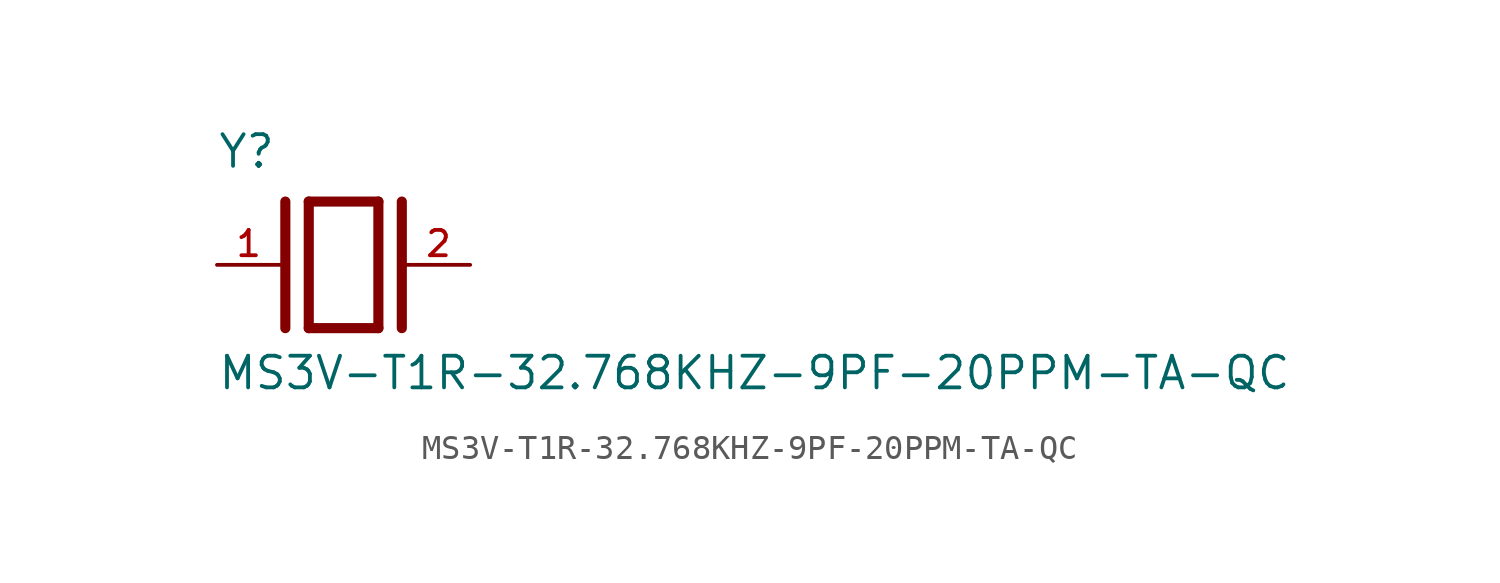
<source format=kicad_sym>
(kicad_symbol_lib
  (version 20211014)
  (generator kicad_symbol_editor)
  (symbol "MS3V-T1R-32.768KHZ-9PF-20PPM-TA-QC"
    (pin_names
      (offset 1.016))
    (property "Reference" "Y"
      (at -5.08 3.81 0)
      (effects (font (size 1.27 1.27)) (justify bottom left)))
    (property "Value" "MS3V-T1R-32.768KHZ-9PF-20PPM-TA-QC"
      (at -5.08 -5.08 0)
      (effects (font (size 1.27 1.27)) (justify bottom left)))
    (symbol "MS3V-T1R-32.768KHZ-9PF-20PPM-TA-QC_0_0"
      (polyline (pts (xy -1.397 2.54) (xy 1.397 2.54)) (stroke (width 0.406)))
      (polyline (pts (xy 1.397 2.54) (xy 1.397 -2.54)) (stroke (width 0.406)))
      (polyline (pts (xy 1.397 -2.54) (xy -1.397 -2.54)) (stroke (width 0.406)))
      (polyline (pts (xy -1.397 2.54) (xy -1.397 -2.54)) (stroke (width 0.406)))
      (polyline (pts (xy 2.337 2.54) (xy 2.337 -2.54)) (stroke (width 0.406)))
      (polyline (pts (xy -2.337 2.54) (xy -2.337 -2.54)) (stroke (width 0.406)))
      (pin passive line (at 5.08 0.0 180.0) (length 2.54) (name "~" (effects (font (size 1.016 1.016)))) (number "2" (effects (font (size 1.016 1.016)))))
      (pin passive line (at -5.08 0.0 0) (length 2.54) (name "~" (effects (font (size 1.016 1.016)))) (number "1" (effects (font (size 1.016 1.016))))))))
</source>
